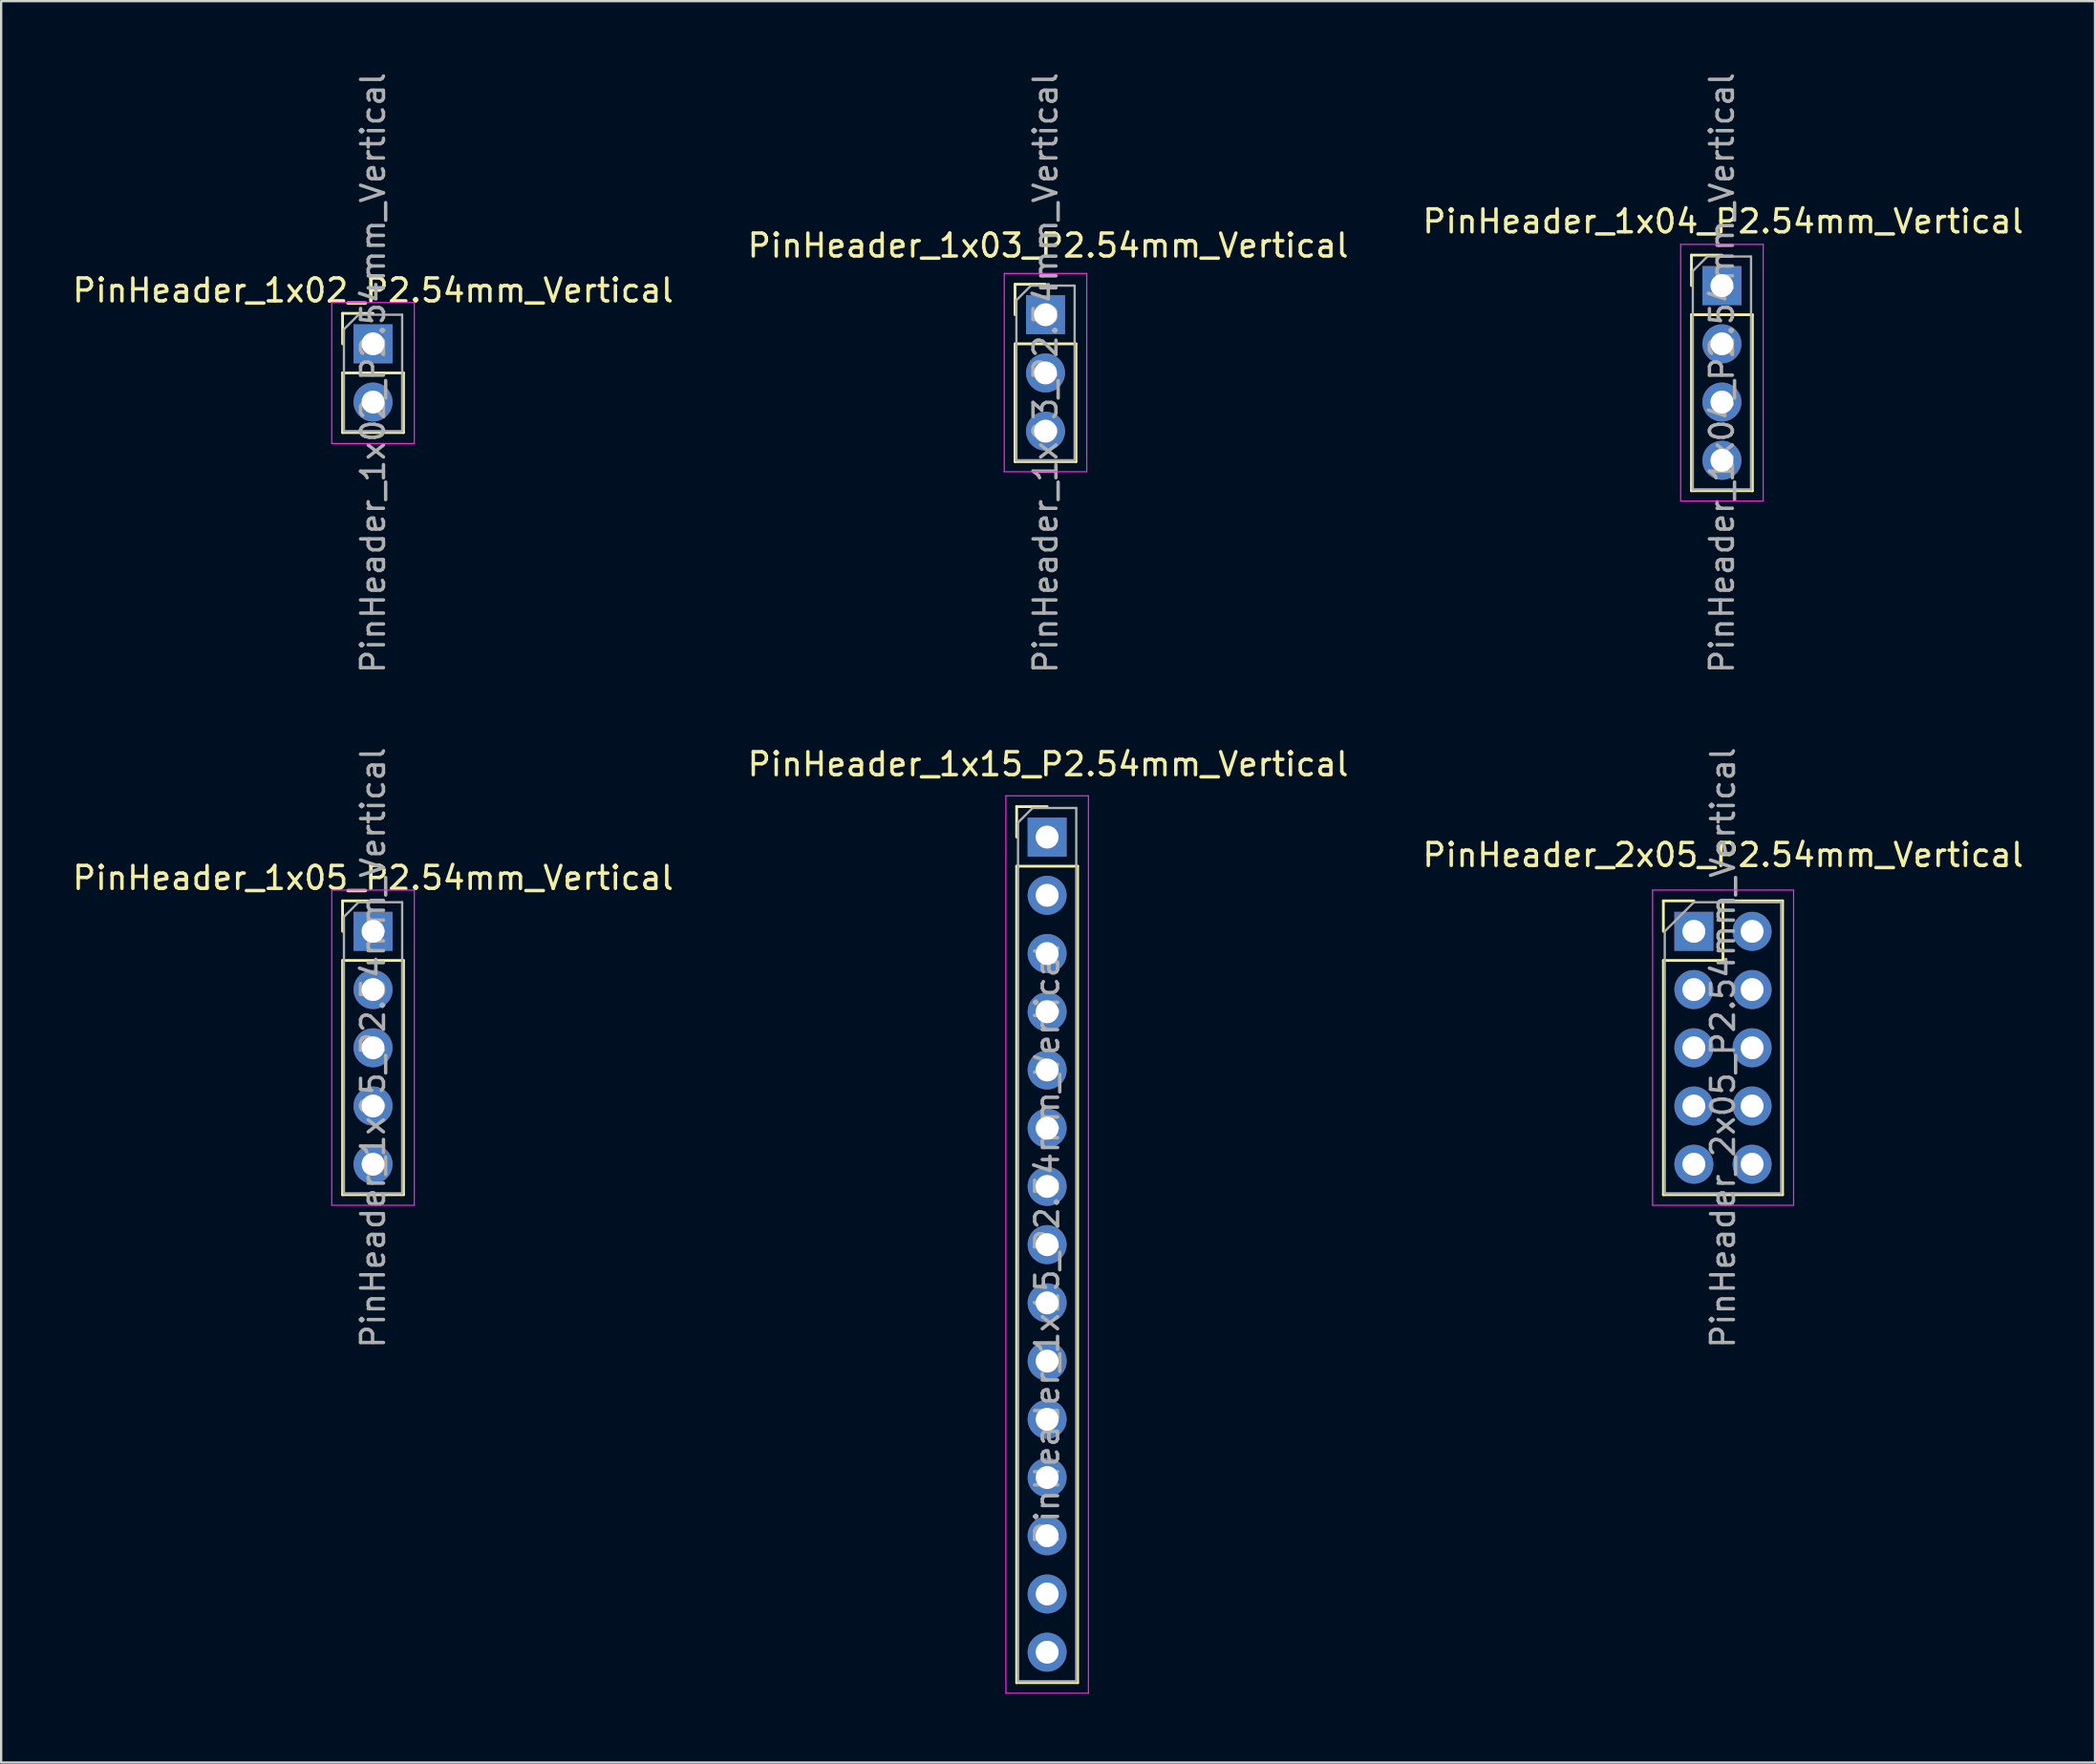
<source format=kicad_pcb>
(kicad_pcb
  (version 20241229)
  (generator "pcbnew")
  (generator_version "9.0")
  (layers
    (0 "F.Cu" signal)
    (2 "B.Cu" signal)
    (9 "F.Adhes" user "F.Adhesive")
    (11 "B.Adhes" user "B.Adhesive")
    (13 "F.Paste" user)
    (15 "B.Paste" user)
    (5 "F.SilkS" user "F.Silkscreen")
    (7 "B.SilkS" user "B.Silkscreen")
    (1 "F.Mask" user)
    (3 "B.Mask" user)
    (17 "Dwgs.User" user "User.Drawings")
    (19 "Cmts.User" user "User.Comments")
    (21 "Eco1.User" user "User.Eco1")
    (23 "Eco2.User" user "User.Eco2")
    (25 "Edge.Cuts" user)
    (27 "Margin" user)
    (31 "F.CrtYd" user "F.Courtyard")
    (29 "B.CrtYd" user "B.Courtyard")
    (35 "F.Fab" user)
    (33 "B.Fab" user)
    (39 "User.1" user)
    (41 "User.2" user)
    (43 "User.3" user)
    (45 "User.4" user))
  (footprint "PinHeader_1x05_P2.54mm_Vertical"
    (layer "F.Cu")
    (at 13.22 37.581)
    (property "Reference" "PinHeader_1x05_P2.54mm_Vertical" (at 0 -2.33 180) (layer "F.SilkS") (effects (font (size 1 1) (thickness 0.15))))
    (attr through_hole)
    (fp_line (start -1.33 -1.33) (end 0 -1.33) (stroke (width 0.12) (type solid)) (layer "F.SilkS"))
    (fp_line (start -1.33 0) (end -1.33 -1.33) (stroke (width 0.12) (type solid)) (layer "F.SilkS"))
    (fp_line (start -1.33 1.27) (end -1.33 11.49) (stroke (width 0.12) (type solid)) (layer "F.SilkS"))
    (fp_line (start -1.33 1.27) (end 1.33 1.27) (stroke (width 0.12) (type solid)) (layer "F.SilkS"))
    (fp_line (start -1.33 11.49) (end 1.33 11.49) (stroke (width 0.12) (type solid)) (layer "F.SilkS"))
    (fp_line (start 1.33 1.27) (end 1.33 11.49) (stroke (width 0.12) (type solid)) (layer "F.SilkS"))
    (fp_line (start -1.8 -1.8) (end -1.8 11.95) (stroke (width 0.05) (type solid)) (layer "F.CrtYd"))
    (fp_line (start -1.8 11.95) (end 1.8 11.95) (stroke (width 0.05) (type solid)) (layer "F.CrtYd"))
    (fp_line (start 1.8 -1.8) (end -1.8 -1.8) (stroke (width 0.05) (type solid)) (layer "F.CrtYd"))
    (fp_line (start 1.8 11.95) (end 1.8 -1.8) (stroke (width 0.05) (type solid)) (layer "F.CrtYd"))
    (fp_line (start -1.27 -0.635) (end -0.635 -1.27) (stroke (width 0.1) (type solid)) (layer "F.Fab"))
    (fp_line (start -1.27 11.43) (end -1.27 -0.635) (stroke (width 0.1) (type solid)) (layer "F.Fab"))
    (fp_line (start -0.635 -1.27) (end 1.27 -1.27) (stroke (width 0.1) (type solid)) (layer "F.Fab"))
    (fp_line (start 1.27 -1.27) (end 1.27 11.43) (stroke (width 0.1) (type solid)) (layer "F.Fab"))
    (fp_line (start 1.27 11.43) (end -1.27 11.43) (stroke (width 0.1) (type solid)) (layer "F.Fab"))
    (fp_text user "${REFERENCE}" (at 0 5.08 270) (layer "F.Fab") (effects (font (size 1 1) (thickness 0.15))))
    (pad "1" thru_hole rect (at 0 0) (size 1.7 1.7) (drill 1) (layers "*.Cu" "*.Mask"))
    (pad "2" thru_hole oval (at 0 2.54) (size 1.7 1.7) (drill 1) (layers "*.Cu" "*.Mask"))
    (pad "3" thru_hole oval (at 0 5.08) (size 1.7 1.7) (drill 1) (layers "*.Cu" "*.Mask"))
    (pad "4" thru_hole oval (at 0 7.62) (size 1.7 1.7) (drill 1) (layers "*.Cu" "*.Mask"))
    (pad "5" thru_hole oval (at 0 10.16) (size 1.7 1.7) (drill 1) (layers "*.Cu" "*.Mask")))
  (footprint "PinHeader_1x04_P2.54mm_Vertical"
    (layer "F.Cu")
    (at 72.05 9.41)
    (property "Reference" "PinHeader_1x04_P2.54mm_Vertical" (at 0.051 -2.804 0) (layer "F.SilkS") (effects (font (size 1 1) (thickness 0.15))))
    (attr through_hole)
    (fp_line (start -1.33 -1.33) (end 0 -1.33) (stroke (width 0.12) (type solid)) (layer "F.SilkS"))
    (fp_line (start -1.33 0) (end -1.33 -1.33) (stroke (width 0.12) (type solid)) (layer "F.SilkS"))
    (fp_line (start -1.33 1.27) (end -1.33 8.95) (stroke (width 0.12) (type solid)) (layer "F.SilkS"))
    (fp_line (start -1.33 1.27) (end 1.33 1.27) (stroke (width 0.12) (type solid)) (layer "F.SilkS"))
    (fp_line (start -1.33 8.95) (end 1.33 8.95) (stroke (width 0.12) (type solid)) (layer "F.SilkS"))
    (fp_line (start 1.33 1.27) (end 1.33 8.95) (stroke (width 0.12) (type solid)) (layer "F.SilkS"))
    (fp_line (start -1.8 -1.8) (end -1.8 9.4) (stroke (width 0.05) (type solid)) (layer "F.CrtYd"))
    (fp_line (start -1.8 9.4) (end 1.8 9.4) (stroke (width 0.05) (type solid)) (layer "F.CrtYd"))
    (fp_line (start 1.8 -1.8) (end -1.8 -1.8) (stroke (width 0.05) (type solid)) (layer "F.CrtYd"))
    (fp_line (start 1.8 9.4) (end 1.8 -1.8) (stroke (width 0.05) (type solid)) (layer "F.CrtYd"))
    (fp_line (start -1.27 -0.635) (end -0.635 -1.27) (stroke (width 0.1) (type solid)) (layer "F.Fab"))
    (fp_line (start -1.27 8.89) (end -1.27 -0.635) (stroke (width 0.1) (type solid)) (layer "F.Fab"))
    (fp_line (start -0.635 -1.27) (end 1.27 -1.27) (stroke (width 0.1) (type solid)) (layer "F.Fab"))
    (fp_line (start 1.27 -1.27) (end 1.27 8.89) (stroke (width 0.1) (type solid)) (layer "F.Fab"))
    (fp_line (start 1.27 8.89) (end -1.27 8.89) (stroke (width 0.1) (type solid)) (layer "F.Fab"))
    (fp_text user "${REFERENCE}" (at 0 3.81 90) (layer "F.Fab") (effects (font (size 1 1) (thickness 0.15))))
    (pad "1" thru_hole rect (at 0 0) (size 1.7 1.7) (drill 1) (layers "*.Cu" "*.Mask"))
    (pad "2" thru_hole oval (at 0 2.54) (size 1.7 1.7) (drill 1) (layers "*.Cu" "*.Mask"))
    (pad "3" thru_hole oval (at 0 5.08) (size 1.7 1.7) (drill 1) (layers "*.Cu" "*.Mask"))
    (pad "4" thru_hole oval (at 0 7.62) (size 1.7 1.7) (drill 1) (layers "*.Cu" "*.Mask")))
  (footprint "PinHeader_1x02_P2.54mm_Vertical"
    (layer "F.Cu")
    (at 13.22 11.95)
    (property "Reference" "PinHeader_1x02_P2.54mm_Vertical" (at 0 -2.33 0) (layer "F.SilkS") (effects (font (size 1 1) (thickness 0.15))))
    (attr through_hole)
    (fp_line (start -1.33 -1.33) (end 0 -1.33) (stroke (width 0.12) (type solid)) (layer "F.SilkS"))
    (fp_line (start -1.33 0) (end -1.33 -1.33) (stroke (width 0.12) (type solid)) (layer "F.SilkS"))
    (fp_line (start -1.33 1.27) (end -1.33 3.87) (stroke (width 0.12) (type solid)) (layer "F.SilkS"))
    (fp_line (start -1.33 1.27) (end 1.33 1.27) (stroke (width 0.12) (type solid)) (layer "F.SilkS"))
    (fp_line (start -1.33 3.87) (end 1.33 3.87) (stroke (width 0.12) (type solid)) (layer "F.SilkS"))
    (fp_line (start 1.33 1.27) (end 1.33 3.87) (stroke (width 0.12) (type solid)) (layer "F.SilkS"))
    (fp_line (start -1.8 -1.8) (end -1.8 4.35) (stroke (width 0.05) (type solid)) (layer "F.CrtYd"))
    (fp_line (start -1.8 4.35) (end 1.8 4.35) (stroke (width 0.05) (type solid)) (layer "F.CrtYd"))
    (fp_line (start 1.8 -1.8) (end -1.8 -1.8) (stroke (width 0.05) (type solid)) (layer "F.CrtYd"))
    (fp_line (start 1.8 4.35) (end 1.8 -1.8) (stroke (width 0.05) (type solid)) (layer "F.CrtYd"))
    (fp_line (start -1.27 -0.635) (end -0.635 -1.27) (stroke (width 0.1) (type solid)) (layer "F.Fab"))
    (fp_line (start -1.27 3.81) (end -1.27 -0.635) (stroke (width 0.1) (type solid)) (layer "F.Fab"))
    (fp_line (start -0.635 -1.27) (end 1.27 -1.27) (stroke (width 0.1) (type solid)) (layer "F.Fab"))
    (fp_line (start 1.27 -1.27) (end 1.27 3.81) (stroke (width 0.1) (type solid)) (layer "F.Fab"))
    (fp_line (start 1.27 3.81) (end -1.27 3.81) (stroke (width 0.1) (type solid)) (layer "F.Fab"))
    (fp_text user "${REFERENCE}" (at 0 1.27 90) (layer "F.Fab") (effects (font (size 1 1) (thickness 0.15))))
    (pad "1" thru_hole rect (at 0 0) (size 1.7 1.7) (drill 1) (layers "*.Cu" "*.Mask"))
    (pad "2" thru_hole oval (at 0 2.54) (size 1.7 1.7) (drill 1) (layers "*.Cu" "*.Mask")))
  (footprint "PinHeader_1x03_P2.54mm_Vertical"
    (layer "F.Cu")
    (at 42.549 10.68)
    (property "Reference" "PinHeader_1x03_P2.54mm_Vertical" (at 0.112 -3.018 180) (layer "F.SilkS") (effects (font (size 1 1) (thickness 0.15))))
    (attr through_hole)
    (fp_line (start -1.33 -1.33) (end 0 -1.33) (stroke (width 0.12) (type solid)) (layer "F.SilkS"))
    (fp_line (start -1.33 0) (end -1.33 -1.33) (stroke (width 0.12) (type solid)) (layer "F.SilkS"))
    (fp_line (start -1.33 1.27) (end -1.33 6.41) (stroke (width 0.12) (type solid)) (layer "F.SilkS"))
    (fp_line (start -1.33 1.27) (end 1.33 1.27) (stroke (width 0.12) (type solid)) (layer "F.SilkS"))
    (fp_line (start -1.33 6.41) (end 1.33 6.41) (stroke (width 0.12) (type solid)) (layer "F.SilkS"))
    (fp_line (start 1.33 1.27) (end 1.33 6.41) (stroke (width 0.12) (type solid)) (layer "F.SilkS"))
    (fp_line (start -1.8 -1.8) (end -1.8 6.85) (stroke (width 0.05) (type solid)) (layer "F.CrtYd"))
    (fp_line (start -1.8 6.85) (end 1.8 6.85) (stroke (width 0.05) (type solid)) (layer "F.CrtYd"))
    (fp_line (start 1.8 -1.8) (end -1.8 -1.8) (stroke (width 0.05) (type solid)) (layer "F.CrtYd"))
    (fp_line (start 1.8 6.85) (end 1.8 -1.8) (stroke (width 0.05) (type solid)) (layer "F.CrtYd"))
    (fp_line (start -1.27 -0.635) (end -0.635 -1.27) (stroke (width 0.1) (type solid)) (layer "F.Fab"))
    (fp_line (start -1.27 6.35) (end -1.27 -0.635) (stroke (width 0.1) (type solid)) (layer "F.Fab"))
    (fp_line (start -0.635 -1.27) (end 1.27 -1.27) (stroke (width 0.1) (type solid)) (layer "F.Fab"))
    (fp_line (start 1.27 -1.27) (end 1.27 6.35) (stroke (width 0.1) (type solid)) (layer "F.Fab"))
    (fp_line (start 1.27 6.35) (end -1.27 6.35) (stroke (width 0.1) (type solid)) (layer "F.Fab"))
    (fp_text user "${REFERENCE}" (at 0 2.54 270) (layer "F.Fab") (effects (font (size 1 1) (thickness 0.15))))
    (pad "1" thru_hole rect (at 0 0) (size 1.7 1.7) (drill 1) (layers "*.Cu" "*.Mask"))
    (pad "2" thru_hole oval (at 0 2.54) (size 1.7 1.7) (drill 1) (layers "*.Cu" "*.Mask"))
    (pad "3" thru_hole oval (at 0 5.08) (size 1.7 1.7) (drill 1) (layers "*.Cu" "*.Mask")))
  (footprint "PinHeader_1x15_P2.54mm_Vertical"
    (layer "F.Cu")
    (at 42.62 33.469)
    (property "Reference" "PinHeader_1x15_P2.54mm_Vertical" (at 0.041 -3.18 0) (layer "F.SilkS") (effects (font (size 1 1) (thickness 0.15))))
    (attr through_hole)
    (fp_line (start -1.33 -1.33) (end 0 -1.33) (stroke (width 0.12) (type solid)) (layer "F.SilkS"))
    (fp_line (start -1.33 0) (end -1.33 -1.33) (stroke (width 0.12) (type solid)) (layer "F.SilkS"))
    (fp_line (start -1.33 1.27) (end -1.33 36.89) (stroke (width 0.12) (type solid)) (layer "F.SilkS"))
    (fp_line (start -1.33 1.27) (end 1.33 1.27) (stroke (width 0.12) (type solid)) (layer "F.SilkS"))
    (fp_line (start -1.33 36.89) (end 1.33 36.89) (stroke (width 0.12) (type solid)) (layer "F.SilkS"))
    (fp_line (start 1.33 1.27) (end 1.33 36.89) (stroke (width 0.12) (type solid)) (layer "F.SilkS"))
    (fp_line (start -1.8 -1.8) (end -1.8 37.35) (stroke (width 0.05) (type solid)) (layer "F.CrtYd"))
    (fp_line (start -1.8 37.35) (end 1.8 37.35) (stroke (width 0.05) (type solid)) (layer "F.CrtYd"))
    (fp_line (start 1.8 -1.8) (end -1.8 -1.8) (stroke (width 0.05) (type solid)) (layer "F.CrtYd"))
    (fp_line (start 1.8 37.35) (end 1.8 -1.8) (stroke (width 0.05) (type solid)) (layer "F.CrtYd"))
    (fp_line (start -1.27 -0.635) (end -0.635 -1.27) (stroke (width 0.1) (type solid)) (layer "F.Fab"))
    (fp_line (start -1.27 36.83) (end -1.27 -0.635) (stroke (width 0.1) (type solid)) (layer "F.Fab"))
    (fp_line (start -0.635 -1.27) (end 1.27 -1.27) (stroke (width 0.1) (type solid)) (layer "F.Fab"))
    (fp_line (start 1.27 -1.27) (end 1.27 36.83) (stroke (width 0.1) (type solid)) (layer "F.Fab"))
    (fp_line (start 1.27 36.83) (end -1.27 36.83) (stroke (width 0.1) (type solid)) (layer "F.Fab"))
    (fp_text user "${REFERENCE}" (at 0 17.78 90) (layer "F.Fab") (effects (font (size 1 1) (thickness 0.15))))
    (pad "1" thru_hole rect (at 0 0) (size 1.7 1.7) (drill 1) (layers "*.Cu" "*.Mask"))
    (pad "2" thru_hole oval (at 0 2.54) (size 1.7 1.7) (drill 1) (layers "*.Cu" "*.Mask"))
    (pad "3" thru_hole oval (at 0 5.08) (size 1.7 1.7) (drill 1) (layers "*.Cu" "*.Mask"))
    (pad "4" thru_hole oval (at 0 7.62) (size 1.7 1.7) (drill 1) (layers "*.Cu" "*.Mask"))
    (pad "5" thru_hole oval (at 0 10.16) (size 1.7 1.7) (drill 1) (layers "*.Cu" "*.Mask"))
    (pad "6" thru_hole oval (at 0 12.7) (size 1.7 1.7) (drill 1) (layers "*.Cu" "*.Mask"))
    (pad "7" thru_hole oval (at 0 15.24) (size 1.7 1.7) (drill 1) (layers "*.Cu" "*.Mask"))
    (pad "8" thru_hole oval (at 0 17.78) (size 1.7 1.7) (drill 1) (layers "*.Cu" "*.Mask"))
    (pad "9" thru_hole oval (at 0 20.32) (size 1.7 1.7) (drill 1) (layers "*.Cu" "*.Mask"))
    (pad "10" thru_hole oval (at 0 22.86) (size 1.7 1.7) (drill 1) (layers "*.Cu" "*.Mask"))
    (pad "11" thru_hole oval (at 0 25.4) (size 1.7 1.7) (drill 1) (layers "*.Cu" "*.Mask"))
    (pad "12" thru_hole oval (at 0 27.94) (size 1.7 1.7) (drill 1) (layers "*.Cu" "*.Mask"))
    (pad "13" thru_hole oval (at 0 30.48) (size 1.7 1.7) (drill 1) (layers "*.Cu" "*.Mask"))
    (pad "14" thru_hole oval (at 0 33.02) (size 1.7 1.7) (drill 1) (layers "*.Cu" "*.Mask"))
    (pad "15" thru_hole oval (at 0 35.56) (size 1.7 1.7) (drill 1) (layers "*.Cu" "*.Mask")))
  (footprint "PinHeader_2x05_P2.54mm_Vertical"
    (layer "F.Cu")
    (at 70.826 37.581)
    (property "Reference" "PinHeader_2x05_P2.54mm_Vertical" (at 1.275 -3.332 0) (layer "F.SilkS") (effects (font (size 1 1) (thickness 0.15))))
    (attr through_hole)
    (fp_line (start -1.33 -1.33) (end 0 -1.33) (stroke (width 0.12) (type solid)) (layer "F.SilkS"))
    (fp_line (start -1.33 0) (end -1.33 -1.33) (stroke (width 0.12) (type solid)) (layer "F.SilkS"))
    (fp_line (start -1.33 1.27) (end -1.33 11.49) (stroke (width 0.12) (type solid)) (layer "F.SilkS"))
    (fp_line (start -1.33 1.27) (end 1.27 1.27) (stroke (width 0.12) (type solid)) (layer "F.SilkS"))
    (fp_line (start -1.33 11.49) (end 3.87 11.49) (stroke (width 0.12) (type solid)) (layer "F.SilkS"))
    (fp_line (start 1.27 -1.33) (end 3.87 -1.33) (stroke (width 0.12) (type solid)) (layer "F.SilkS"))
    (fp_line (start 1.27 1.27) (end 1.27 -1.33) (stroke (width 0.12) (type solid)) (layer "F.SilkS"))
    (fp_line (start 3.87 -1.33) (end 3.87 11.49) (stroke (width 0.12) (type solid)) (layer "F.SilkS"))
    (fp_line (start -1.8 -1.8) (end -1.8 11.95) (stroke (width 0.05) (type solid)) (layer "F.CrtYd"))
    (fp_line (start -1.8 11.95) (end 4.35 11.95) (stroke (width 0.05) (type solid)) (layer "F.CrtYd"))
    (fp_line (start 4.35 -1.8) (end -1.8 -1.8) (stroke (width 0.05) (type solid)) (layer "F.CrtYd"))
    (fp_line (start 4.35 11.95) (end 4.35 -1.8) (stroke (width 0.05) (type solid)) (layer "F.CrtYd"))
    (fp_line (start -1.27 0) (end 0 -1.27) (stroke (width 0.1) (type solid)) (layer "F.Fab"))
    (fp_line (start -1.27 11.43) (end -1.27 0) (stroke (width 0.1) (type solid)) (layer "F.Fab"))
    (fp_line (start 0 -1.27) (end 3.81 -1.27) (stroke (width 0.1) (type solid)) (layer "F.Fab"))
    (fp_line (start 3.81 -1.27) (end 3.81 11.43) (stroke (width 0.1) (type solid)) (layer "F.Fab"))
    (fp_line (start 3.81 11.43) (end -1.27 11.43) (stroke (width 0.1) (type solid)) (layer "F.Fab"))
    (fp_text user "${REFERENCE}" (at 1.27 5.08 90) (layer "F.Fab") (effects (font (size 1 1) (thickness 0.15))))
    (pad "1" thru_hole rect (at 0 0) (size 1.7 1.7) (drill 1) (layers "*.Cu" "*.Mask"))
    (pad "2" thru_hole oval (at 2.54 0) (size 1.7 1.7) (drill 1) (layers "*.Cu" "*.Mask"))
    (pad "3" thru_hole oval (at 0 2.54) (size 1.7 1.7) (drill 1) (layers "*.Cu" "*.Mask"))
    (pad "4" thru_hole oval (at 2.54 2.54) (size 1.7 1.7) (drill 1) (layers "*.Cu" "*.Mask"))
    (pad "5" thru_hole oval (at 0 5.08) (size 1.7 1.7) (drill 1) (layers "*.Cu" "*.Mask"))
    (pad "6" thru_hole oval (at 2.54 5.08) (size 1.7 1.7) (drill 1) (layers "*.Cu" "*.Mask"))
    (pad "7" thru_hole oval (at 0 7.62) (size 1.7 1.7) (drill 1) (layers "*.Cu" "*.Mask"))
    (pad "8" thru_hole oval (at 2.54 7.62) (size 1.7 1.7) (drill 1) (layers "*.Cu" "*.Mask"))
    (pad "9" thru_hole oval (at 0 10.16) (size 1.7 1.7) (drill 1) (layers "*.Cu" "*.Mask"))
    (pad "10" thru_hole oval (at 2.54 10.16) (size 1.7 1.7) (drill 1) (layers "*.Cu" "*.Mask")))
  (gr_rect
    (start -3 -3)
    (end 88.321 73.844)
    (stroke (width 0.1) (type default))
    (fill no)
    (layer "Edge.Cuts")))
</source>
